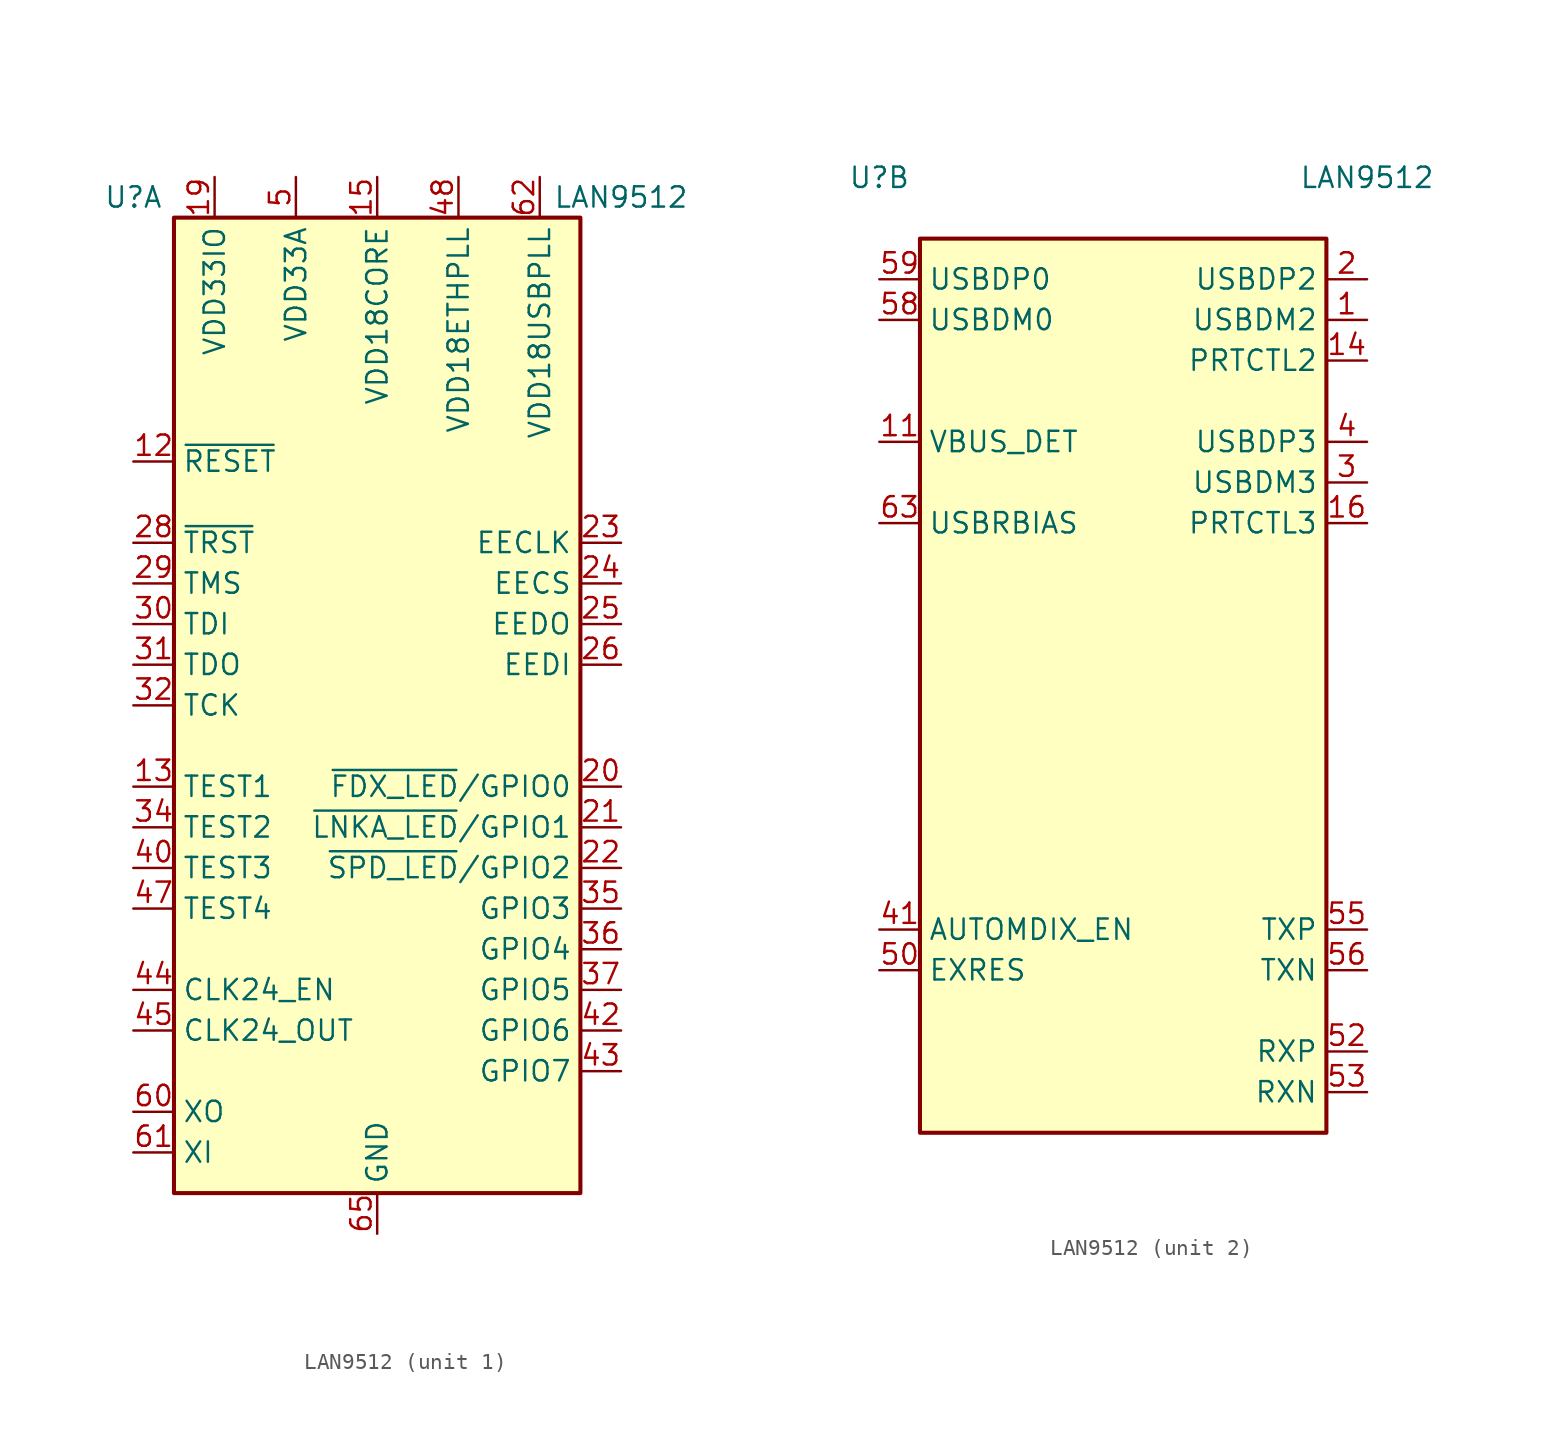
<source format=kicad_sym>
(kicad_symbol_lib
  (version 20201005)
  (generator kicad_symbol_editor)
  (symbol "LAN9512"
    (property "Reference" "U"
      (at -15.24 31.75 0)
      (effects (font (size 1.27 1.27))))
    (property "Value" "LAN9512"
      (at 15.24 31.75 0)
      (effects (font (size 1.27 1.27))))
    (property "ki_locked" ""
      (at 0 0 0)
      (effects (font (size 1.27 1.27))))
    (symbol "LAN9512_1_1"
      (rectangle (start -12.7 30.48) (end 12.7 -30.48) (stroke (width 0.254)) (fill (type background)))
      (pin passive line (at -5.08 33.02 270) (length 2.54) hide (name "VDD33A" (effects (font (size 1.27 1.27)))) (number "10" (effects (font (size 1.27 1.27)))))
      (pin input line (at -15.24 15.24 0) (length 2.54) (name "~RESET" (effects (font (size 1.27 1.27)))) (number "12" (effects (font (size 1.27 1.27)))))
      (pin input line (at -15.24 -5.08 0) (length 2.54) (name "TEST1" (effects (font (size 1.27 1.27)))) (number "13" (effects (font (size 1.27 1.27)))))
      (pin power_in line (at 0 33.02 270) (length 2.54) (name "VDD18CORE" (effects (font (size 1.27 1.27)))) (number "15" (effects (font (size 1.27 1.27)))))
      (pin power_in line (at -10.16 33.02 270) (length 2.54) (name "VDD33IO" (effects (font (size 1.27 1.27)))) (number "19" (effects (font (size 1.27 1.27)))))
      (pin bidirectional line (at 15.24 -5.08 180) (length 2.54) (name "~FDX_LED~/GPIO0" (effects (font (size 1.27 1.27)))) (number "20" (effects (font (size 1.27 1.27)))))
      (pin bidirectional line (at 15.24 -7.62 180) (length 2.54) (name "~LNKA_LED~/GPIO1" (effects (font (size 1.27 1.27)))) (number "21" (effects (font (size 1.27 1.27)))))
      (pin bidirectional line (at 15.24 -10.16 180) (length 2.54) (name "~SPD_LED~/GPIO2" (effects (font (size 1.27 1.27)))) (number "22" (effects (font (size 1.27 1.27)))))
      (pin output line (at 15.24 10.16 180) (length 2.54) (name "EECLK" (effects (font (size 1.27 1.27)))) (number "23" (effects (font (size 1.27 1.27)))))
      (pin output line (at 15.24 7.62 180) (length 2.54) (name "EECS" (effects (font (size 1.27 1.27)))) (number "24" (effects (font (size 1.27 1.27)))))
      (pin output line (at 15.24 5.08 180) (length 2.54) (name "EEDO" (effects (font (size 1.27 1.27)))) (number "25" (effects (font (size 1.27 1.27)))))
      (pin input line (at 15.24 2.54 180) (length 2.54) (name "EEDI" (effects (font (size 1.27 1.27)))) (number "26" (effects (font (size 1.27 1.27)))))
      (pin passive line (at -10.16 33.02 270) (length 2.54) hide (name "VDD33IO" (effects (font (size 1.27 1.27)))) (number "27" (effects (font (size 1.27 1.27)))))
      (pin input line (at -15.24 10.16 0) (length 2.54) (name "~TRST" (effects (font (size 1.27 1.27)))) (number "28" (effects (font (size 1.27 1.27)))))
      (pin input line (at -15.24 7.62 0) (length 2.54) (name "TMS" (effects (font (size 1.27 1.27)))) (number "29" (effects (font (size 1.27 1.27)))))
      (pin input line (at -15.24 5.08 0) (length 2.54) (name "TDI" (effects (font (size 1.27 1.27)))) (number "30" (effects (font (size 1.27 1.27)))))
      (pin output line (at -15.24 2.54 0) (length 2.54) (name "TDO" (effects (font (size 1.27 1.27)))) (number "31" (effects (font (size 1.27 1.27)))))
      (pin input line (at -15.24 0 0) (length 2.54) (name "TCK" (effects (font (size 1.27 1.27)))) (number "32" (effects (font (size 1.27 1.27)))))
      (pin passive line (at -10.16 33.02 270) (length 2.54) hide (name "VDD33IO" (effects (font (size 1.27 1.27)))) (number "33" (effects (font (size 1.27 1.27)))))
      (pin input line (at -15.24 -7.62 0) (length 2.54) (name "TEST2" (effects (font (size 1.27 1.27)))) (number "34" (effects (font (size 1.27 1.27)))))
      (pin bidirectional line (at 15.24 -12.7 180) (length 2.54) (name "GPIO3" (effects (font (size 1.27 1.27)))) (number "35" (effects (font (size 1.27 1.27)))))
      (pin bidirectional line (at 15.24 -15.24 180) (length 2.54) (name "GPIO4" (effects (font (size 1.27 1.27)))) (number "36" (effects (font (size 1.27 1.27)))))
      (pin bidirectional line (at 15.24 -17.78 180) (length 2.54) (name "GPIO5" (effects (font (size 1.27 1.27)))) (number "37" (effects (font (size 1.27 1.27)))))
      (pin passive line (at 0 33.02 270) (length 2.54) hide (name "VDD18CORE" (effects (font (size 1.27 1.27)))) (number "38" (effects (font (size 1.27 1.27)))))
      (pin passive line (at -10.16 33.02 270) (length 2.54) hide (name "VDD33IO" (effects (font (size 1.27 1.27)))) (number "39" (effects (font (size 1.27 1.27)))))
      (pin input line (at -15.24 -10.16 0) (length 2.54) (name "TEST3" (effects (font (size 1.27 1.27)))) (number "40" (effects (font (size 1.27 1.27)))))
      (pin bidirectional line (at 15.24 -20.32 180) (length 2.54) (name "GPIO6" (effects (font (size 1.27 1.27)))) (number "42" (effects (font (size 1.27 1.27)))))
      (pin bidirectional line (at 15.24 -22.86 180) (length 2.54) (name "GPIO7" (effects (font (size 1.27 1.27)))) (number "43" (effects (font (size 1.27 1.27)))))
      (pin input line (at -15.24 -17.78 0) (length 2.54) (name "CLK24_EN" (effects (font (size 1.27 1.27)))) (number "44" (effects (font (size 1.27 1.27)))))
      (pin output line (at -15.24 -20.32 0) (length 2.54) (name "CLK24_OUT" (effects (font (size 1.27 1.27)))) (number "45" (effects (font (size 1.27 1.27)))))
      (pin passive line (at -10.16 33.02 270) (length 2.54) hide (name "VDD33IO" (effects (font (size 1.27 1.27)))) (number "46" (effects (font (size 1.27 1.27)))))
      (pin input line (at -15.24 -12.7 0) (length 2.54) (name "TEST4" (effects (font (size 1.27 1.27)))) (number "47" (effects (font (size 1.27 1.27)))))
      (pin power_in line (at 5.08 33.02 270) (length 2.54) (name "VDD18ETHPLL" (effects (font (size 1.27 1.27)))) (number "48" (effects (font (size 1.27 1.27)))))
      (pin passive line (at -5.08 33.02 270) (length 2.54) hide (name "VDD33A" (effects (font (size 1.27 1.27)))) (number "49" (effects (font (size 1.27 1.27)))))
      (pin power_in line (at -5.08 33.02 270) (length 2.54) (name "VDD33A" (effects (font (size 1.27 1.27)))) (number "5" (effects (font (size 1.27 1.27)))))
      (pin passive line (at -5.08 33.02 270) (length 2.54) hide (name "VDD33A" (effects (font (size 1.27 1.27)))) (number "51" (effects (font (size 1.27 1.27)))))
      (pin passive line (at -5.08 33.02 270) (length 2.54) hide (name "VDD33A" (effects (font (size 1.27 1.27)))) (number "54" (effects (font (size 1.27 1.27)))))
      (pin passive line (at -5.08 33.02 270) (length 2.54) hide (name "VDD33A" (effects (font (size 1.27 1.27)))) (number "57" (effects (font (size 1.27 1.27)))))
      (pin input line (at -15.24 -25.4 0) (length 2.54) (name "XO" (effects (font (size 1.27 1.27)))) (number "60" (effects (font (size 1.27 1.27)))))
      (pin input line (at -15.24 -27.94 0) (length 2.54) (name "XI" (effects (font (size 1.27 1.27)))) (number "61" (effects (font (size 1.27 1.27)))))
      (pin power_in line (at 10.16 33.02 270) (length 2.54) (name "VDD18USBPLL" (effects (font (size 1.27 1.27)))) (number "62" (effects (font (size 1.27 1.27)))))
      (pin passive line (at -5.08 33.02 270) (length 2.54) hide (name "VDD33A" (effects (font (size 1.27 1.27)))) (number "64" (effects (font (size 1.27 1.27)))))
      (pin power_in line (at 0 -33.02 90) (length 2.54) (name "GND" (effects (font (size 1.27 1.27)))) (number "65" (effects (font (size 1.27 1.27))))))
    (symbol "LAN9512_2_1"
      (rectangle (start 12.7 -27.94) (end -12.7 27.94) (stroke (width 0.254)) (fill (type background)))
      (pin bidirectional line (at 15.24 22.86 180) (length 2.54) (name "USBDM2" (effects (font (size 1.27 1.27)))) (number "1" (effects (font (size 1.27 1.27)))))
      (pin input line (at -15.24 15.24 0) (length 2.54) (name "VBUS_DET" (effects (font (size 1.27 1.27)))) (number "11" (effects (font (size 1.27 1.27)))))
      (pin bidirectional line (at 15.24 20.32 180) (length 2.54) (name "PRTCTL2" (effects (font (size 1.27 1.27)))) (number "14" (effects (font (size 1.27 1.27)))))
      (pin bidirectional line (at 15.24 10.16 180) (length 2.54) (name "PRTCTL3" (effects (font (size 1.27 1.27)))) (number "16" (effects (font (size 1.27 1.27)))))
      (pin no_connect line (at 12.7 0 180) (length 2.54) hide (name "NC" (effects (font (size 1.27 1.27)))) (number "17" (effects (font (size 1.27 1.27)))))
      (pin no_connect line (at 12.7 -10.16 180) (length 2.54) hide (name "NC" (effects (font (size 1.27 1.27)))) (number "18" (effects (font (size 1.27 1.27)))))
      (pin bidirectional line (at 15.24 25.4 180) (length 2.54) (name "USBDP2" (effects (font (size 1.27 1.27)))) (number "2" (effects (font (size 1.27 1.27)))))
      (pin bidirectional line (at 15.24 12.7 180) (length 2.54) (name "USBDM3" (effects (font (size 1.27 1.27)))) (number "3" (effects (font (size 1.27 1.27)))))
      (pin bidirectional line (at 15.24 15.24 180) (length 2.54) (name "USBDP3" (effects (font (size 1.27 1.27)))) (number "4" (effects (font (size 1.27 1.27)))))
      (pin input line (at -15.24 -15.24 0) (length 2.54) (name "AUTOMDIX_EN" (effects (font (size 1.27 1.27)))) (number "41" (effects (font (size 1.27 1.27)))))
      (pin input line (at -15.24 -17.78 0) (length 2.54) (name "EXRES" (effects (font (size 1.27 1.27)))) (number "50" (effects (font (size 1.27 1.27)))))
      (pin input line (at 15.24 -22.86 180) (length 2.54) (name "RXP" (effects (font (size 1.27 1.27)))) (number "52" (effects (font (size 1.27 1.27)))))
      (pin input line (at 15.24 -25.4 180) (length 2.54) (name "RXN" (effects (font (size 1.27 1.27)))) (number "53" (effects (font (size 1.27 1.27)))))
      (pin output line (at 15.24 -15.24 180) (length 2.54) (name "TXP" (effects (font (size 1.27 1.27)))) (number "55" (effects (font (size 1.27 1.27)))))
      (pin output line (at 15.24 -17.78 180) (length 2.54) (name "TXN" (effects (font (size 1.27 1.27)))) (number "56" (effects (font (size 1.27 1.27)))))
      (pin bidirectional line (at -15.24 22.86 0) (length 2.54) (name "USBDM0" (effects (font (size 1.27 1.27)))) (number "58" (effects (font (size 1.27 1.27)))))
      (pin bidirectional line (at -15.24 25.4 0) (length 2.54) (name "USBDP0" (effects (font (size 1.27 1.27)))) (number "59" (effects (font (size 1.27 1.27)))))
      (pin no_connect line (at 12.7 2.54 180) (length 2.54) hide (name "NC" (effects (font (size 1.27 1.27)))) (number "6" (effects (font (size 1.27 1.27)))))
      (pin input line (at -15.24 10.16 0) (length 2.54) (name "USBRBIAS" (effects (font (size 1.27 1.27)))) (number "63" (effects (font (size 1.27 1.27)))))
      (pin no_connect line (at 12.7 5.08 180) (length 2.54) hide (name "NC" (effects (font (size 1.27 1.27)))) (number "7" (effects (font (size 1.27 1.27)))))
      (pin no_connect line (at 12.7 -7.62 180) (length 2.54) hide (name "NC" (effects (font (size 1.27 1.27)))) (number "8" (effects (font (size 1.27 1.27)))))
      (pin no_connect line (at 12.7 -5.08 180) (length 2.54) hide (name "NC" (effects (font (size 1.27 1.27)))) (number "9" (effects (font (size 1.27 1.27))))))))
</source>
